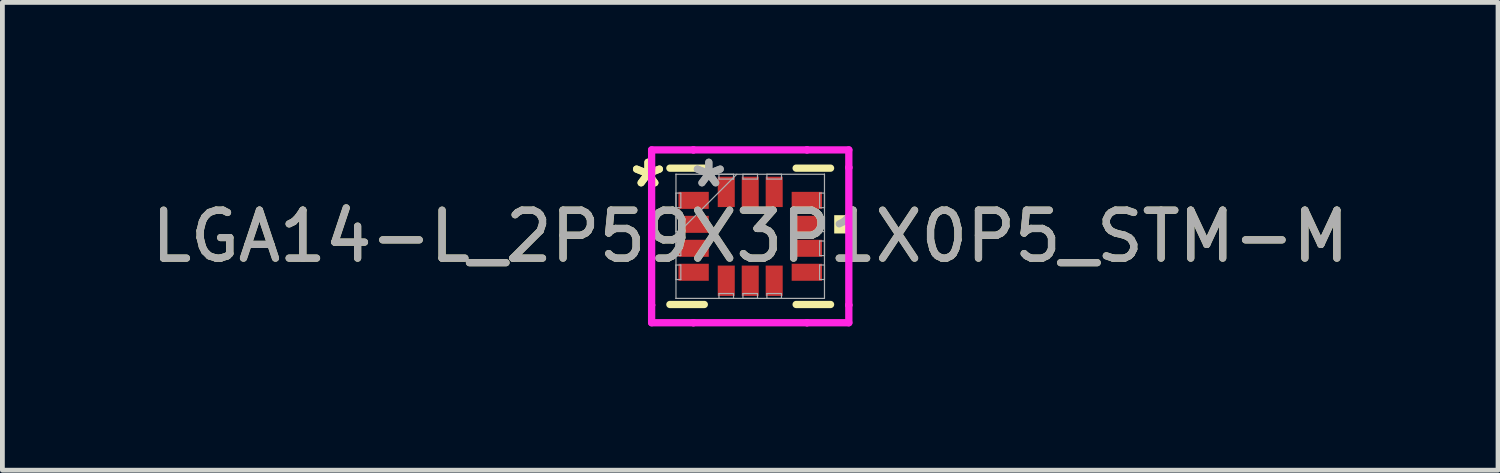
<source format=kicad_pcb>
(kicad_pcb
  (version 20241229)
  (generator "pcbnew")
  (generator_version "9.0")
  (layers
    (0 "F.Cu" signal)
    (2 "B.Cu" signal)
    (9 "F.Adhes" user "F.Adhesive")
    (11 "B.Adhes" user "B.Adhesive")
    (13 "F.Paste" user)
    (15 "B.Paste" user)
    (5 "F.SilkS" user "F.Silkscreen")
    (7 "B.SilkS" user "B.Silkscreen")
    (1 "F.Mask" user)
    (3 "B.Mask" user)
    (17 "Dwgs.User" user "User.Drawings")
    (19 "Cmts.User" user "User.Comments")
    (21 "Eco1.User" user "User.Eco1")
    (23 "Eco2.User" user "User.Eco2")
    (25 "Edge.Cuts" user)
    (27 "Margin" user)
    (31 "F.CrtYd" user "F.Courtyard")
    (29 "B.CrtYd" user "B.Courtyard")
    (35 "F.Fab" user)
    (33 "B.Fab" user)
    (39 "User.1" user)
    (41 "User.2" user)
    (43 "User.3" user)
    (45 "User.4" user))
  (footprint "LGA14-L_2P59X3P1X0P5_STM-M"
    (layer "F.Cu")
    (at 12.601 1.88)
    (property "Reference" "LGA14-L_2P59X3P1X0P5_STM-M" (at 0 0 0) (unlocked yes) (layer "F.SilkS") (effects (font (size 1 1) (thickness 0.15))))
    (attr smd)
    (fp_line (start -1.676 1.422) (end -0.958 1.422) (stroke (width 0.152) (type solid)) (layer "F.SilkS"))
    (fp_line (start -0.958 -1.422) (end -1.676 -1.422) (stroke (width 0.152) (type solid)) (layer "F.SilkS"))
    (fp_line (start 0.958 1.422) (end 1.676 1.422) (stroke (width 0.152) (type solid)) (layer "F.SilkS"))
    (fp_line (start 1.676 -1.422) (end 0.958 -1.422) (stroke (width 0.152) (type solid)) (layer "F.SilkS"))
    (fp_poly (pts (xy 2.006 -0.441) (xy 2.006 -0.059) (xy 1.752 -0.059) (xy 1.752 -0.441)) (stroke (width 0) (type solid)) (fill yes) (layer "F.SilkS"))
    (fp_line (start -2.057 -1.803) (end -1.185 -1.803) (stroke (width 0.152) (type solid)) (layer "F.CrtYd"))
    (fp_line (start -2.057 -1.435) (end -2.057 -1.803) (stroke (width 0.152) (type solid)) (layer "F.CrtYd"))
    (fp_line (start -2.057 -1.435) (end -2.057 -1.435) (stroke (width 0.152) (type solid)) (layer "F.CrtYd"))
    (fp_line (start -2.057 1.435) (end -2.057 -1.435) (stroke (width 0.152) (type solid)) (layer "F.CrtYd"))
    (fp_line (start -2.057 1.435) (end -2.057 1.435) (stroke (width 0.152) (type solid)) (layer "F.CrtYd"))
    (fp_line (start -2.057 1.803) (end -2.057 1.435) (stroke (width 0.152) (type solid)) (layer "F.CrtYd"))
    (fp_line (start -1.185 -1.803) (end -1.185 -1.803) (stroke (width 0.152) (type solid)) (layer "F.CrtYd"))
    (fp_line (start -1.185 -1.803) (end 1.185 -1.803) (stroke (width 0.152) (type solid)) (layer "F.CrtYd"))
    (fp_line (start -1.185 1.803) (end -2.057 1.803) (stroke (width 0.152) (type solid)) (layer "F.CrtYd"))
    (fp_line (start -1.185 1.803) (end -1.185 1.803) (stroke (width 0.152) (type solid)) (layer "F.CrtYd"))
    (fp_line (start 1.185 -1.803) (end 1.185 -1.803) (stroke (width 0.152) (type solid)) (layer "F.CrtYd"))
    (fp_line (start 1.185 -1.803) (end 2.057 -1.803) (stroke (width 0.152) (type solid)) (layer "F.CrtYd"))
    (fp_line (start 1.185 1.803) (end -1.185 1.803) (stroke (width 0.152) (type solid)) (layer "F.CrtYd"))
    (fp_line (start 1.185 1.803) (end 1.185 1.803) (stroke (width 0.152) (type solid)) (layer "F.CrtYd"))
    (fp_line (start 2.057 -1.803) (end 2.057 -1.435) (stroke (width 0.152) (type solid)) (layer "F.CrtYd"))
    (fp_line (start 2.057 -1.435) (end 2.057 -1.435) (stroke (width 0.152) (type solid)) (layer "F.CrtYd"))
    (fp_line (start 2.057 -1.435) (end 2.057 1.435) (stroke (width 0.152) (type solid)) (layer "F.CrtYd"))
    (fp_line (start 2.057 1.435) (end 2.057 1.435) (stroke (width 0.152) (type solid)) (layer "F.CrtYd"))
    (fp_line (start 2.057 1.435) (end 2.057 1.803) (stroke (width 0.152) (type solid)) (layer "F.CrtYd"))
    (fp_line (start 2.057 1.803) (end 1.185 1.803) (stroke (width 0.152) (type solid)) (layer "F.CrtYd"))
    (fp_line (start -1.549 -1.295) (end -1.549 -1.295) (stroke (width 0.025) (type solid)) (layer "F.Fab"))
    (fp_line (start -1.549 -1.295) (end -1.549 1.295) (stroke (width 0.025) (type solid)) (layer "F.Fab"))
    (fp_line (start -1.549 -0.902) (end -1.448 -0.902) (stroke (width 0.025) (type solid)) (layer "F.Fab"))
    (fp_line (start -1.549 -0.598) (end -1.549 -0.902) (stroke (width 0.025) (type solid)) (layer "F.Fab"))
    (fp_line (start -1.549 -0.402) (end -1.448 -0.402) (stroke (width 0.025) (type solid)) (layer "F.Fab"))
    (fp_line (start -1.549 -0.098) (end -1.549 -0.402) (stroke (width 0.025) (type solid)) (layer "F.Fab"))
    (fp_line (start -1.549 -0.025) (end -0.279 -1.295) (stroke (width 0.025) (type solid)) (layer "F.Fab"))
    (fp_line (start -1.549 0.098) (end -1.448 0.098) (stroke (width 0.025) (type solid)) (layer "F.Fab"))
    (fp_line (start -1.549 0.402) (end -1.549 0.098) (stroke (width 0.025) (type solid)) (layer "F.Fab"))
    (fp_line (start -1.549 0.598) (end -1.448 0.598) (stroke (width 0.025) (type solid)) (layer "F.Fab"))
    (fp_line (start -1.549 0.902) (end -1.549 0.598) (stroke (width 0.025) (type solid)) (layer "F.Fab"))
    (fp_line (start -1.549 1.295) (end -1.549 1.295) (stroke (width 0.025) (type solid)) (layer "F.Fab"))
    (fp_line (start -1.549 1.295) (end 1.549 1.295) (stroke (width 0.025) (type solid)) (layer "F.Fab"))
    (fp_line (start -1.448 -0.902) (end -1.448 -0.598) (stroke (width 0.025) (type solid)) (layer "F.Fab"))
    (fp_line (start -1.448 -0.598) (end -1.549 -0.598) (stroke (width 0.025) (type solid)) (layer "F.Fab"))
    (fp_line (start -1.448 -0.402) (end -1.448 -0.098) (stroke (width 0.025) (type solid)) (layer "F.Fab"))
    (fp_line (start -1.448 -0.098) (end -1.549 -0.098) (stroke (width 0.025) (type solid)) (layer "F.Fab"))
    (fp_line (start -1.448 0.098) (end -1.448 0.402) (stroke (width 0.025) (type solid)) (layer "F.Fab"))
    (fp_line (start -1.448 0.402) (end -1.549 0.402) (stroke (width 0.025) (type solid)) (layer "F.Fab"))
    (fp_line (start -1.448 0.598) (end -1.448 0.902) (stroke (width 0.025) (type solid)) (layer "F.Fab"))
    (fp_line (start -1.448 0.902) (end -1.549 0.902) (stroke (width 0.025) (type solid)) (layer "F.Fab"))
    (fp_line (start -0.652 -1.295) (end -0.348 -1.295) (stroke (width 0.025) (type solid)) (layer "F.Fab"))
    (fp_line (start -0.652 -1.194) (end -0.652 -1.295) (stroke (width 0.025) (type solid)) (layer "F.Fab"))
    (fp_line (start -0.652 1.194) (end -0.348 1.194) (stroke (width 0.025) (type solid)) (layer "F.Fab"))
    (fp_line (start -0.652 1.295) (end -0.652 1.194) (stroke (width 0.025) (type solid)) (layer "F.Fab"))
    (fp_line (start -0.348 -1.295) (end -0.348 -1.194) (stroke (width 0.025) (type solid)) (layer "F.Fab"))
    (fp_line (start -0.348 -1.194) (end -0.652 -1.194) (stroke (width 0.025) (type solid)) (layer "F.Fab"))
    (fp_line (start -0.348 1.194) (end -0.348 1.295) (stroke (width 0.025) (type solid)) (layer "F.Fab"))
    (fp_line (start -0.348 1.295) (end -0.652 1.295) (stroke (width 0.025) (type solid)) (layer "F.Fab"))
    (fp_line (start -0.152 -1.295) (end 0.152 -1.295) (stroke (width 0.025) (type solid)) (layer "F.Fab"))
    (fp_line (start -0.152 -1.194) (end -0.152 -1.295) (stroke (width 0.025) (type solid)) (layer "F.Fab"))
    (fp_line (start -0.152 1.194) (end 0.152 1.194) (stroke (width 0.025) (type solid)) (layer "F.Fab"))
    (fp_line (start -0.152 1.295) (end -0.152 1.194) (stroke (width 0.025) (type solid)) (layer "F.Fab"))
    (fp_line (start 0.152 -1.295) (end 0.152 -1.194) (stroke (width 0.025) (type solid)) (layer "F.Fab"))
    (fp_line (start 0.152 -1.194) (end -0.152 -1.194) (stroke (width 0.025) (type solid)) (layer "F.Fab"))
    (fp_line (start 0.152 1.194) (end 0.152 1.295) (stroke (width 0.025) (type solid)) (layer "F.Fab"))
    (fp_line (start 0.152 1.295) (end -0.152 1.295) (stroke (width 0.025) (type solid)) (layer "F.Fab"))
    (fp_line (start 0.348 -1.295) (end 0.652 -1.295) (stroke (width 0.025) (type solid)) (layer "F.Fab"))
    (fp_line (start 0.348 -1.194) (end 0.348 -1.295) (stroke (width 0.025) (type solid)) (layer "F.Fab"))
    (fp_line (start 0.348 1.194) (end 0.652 1.194) (stroke (width 0.025) (type solid)) (layer "F.Fab"))
    (fp_line (start 0.348 1.295) (end 0.348 1.194) (stroke (width 0.025) (type solid)) (layer "F.Fab"))
    (fp_line (start 0.652 -1.295) (end 0.652 -1.194) (stroke (width 0.025) (type solid)) (layer "F.Fab"))
    (fp_line (start 0.652 -1.194) (end 0.348 -1.194) (stroke (width 0.025) (type solid)) (layer "F.Fab"))
    (fp_line (start 0.652 1.194) (end 0.652 1.295) (stroke (width 0.025) (type solid)) (layer "F.Fab"))
    (fp_line (start 0.652 1.295) (end 0.348 1.295) (stroke (width 0.025) (type solid)) (layer "F.Fab"))
    (fp_line (start 1.448 -0.902) (end 1.549 -0.902) (stroke (width 0.025) (type solid)) (layer "F.Fab"))
    (fp_line (start 1.448 -0.598) (end 1.448 -0.902) (stroke (width 0.025) (type solid)) (layer "F.Fab"))
    (fp_line (start 1.448 -0.402) (end 1.549 -0.402) (stroke (width 0.025) (type solid)) (layer "F.Fab"))
    (fp_line (start 1.448 -0.098) (end 1.448 -0.402) (stroke (width 0.025) (type solid)) (layer "F.Fab"))
    (fp_line (start 1.448 0.098) (end 1.549 0.098) (stroke (width 0.025) (type solid)) (layer "F.Fab"))
    (fp_line (start 1.448 0.402) (end 1.448 0.098) (stroke (width 0.025) (type solid)) (layer "F.Fab"))
    (fp_line (start 1.448 0.598) (end 1.549 0.598) (stroke (width 0.025) (type solid)) (layer "F.Fab"))
    (fp_line (start 1.448 0.902) (end 1.448 0.598) (stroke (width 0.025) (type solid)) (layer "F.Fab"))
    (fp_line (start 1.549 -1.295) (end -1.549 -1.295) (stroke (width 0.025) (type solid)) (layer "F.Fab"))
    (fp_line (start 1.549 -1.295) (end 1.549 -1.295) (stroke (width 0.025) (type solid)) (layer "F.Fab"))
    (fp_line (start 1.549 -0.902) (end 1.549 -0.598) (stroke (width 0.025) (type solid)) (layer "F.Fab"))
    (fp_line (start 1.549 -0.598) (end 1.448 -0.598) (stroke (width 0.025) (type solid)) (layer "F.Fab"))
    (fp_line (start 1.549 -0.402) (end 1.549 -0.098) (stroke (width 0.025) (type solid)) (layer "F.Fab"))
    (fp_line (start 1.549 -0.098) (end 1.448 -0.098) (stroke (width 0.025) (type solid)) (layer "F.Fab"))
    (fp_line (start 1.549 0.098) (end 1.549 0.402) (stroke (width 0.025) (type solid)) (layer "F.Fab"))
    (fp_line (start 1.549 0.402) (end 1.448 0.402) (stroke (width 0.025) (type solid)) (layer "F.Fab"))
    (fp_line (start 1.549 0.598) (end 1.549 0.902) (stroke (width 0.025) (type solid)) (layer "F.Fab"))
    (fp_line (start 1.549 0.902) (end 1.448 0.902) (stroke (width 0.025) (type solid)) (layer "F.Fab"))
    (fp_line (start 1.549 1.295) (end 1.549 -1.295) (stroke (width 0.025) (type solid)) (layer "F.Fab"))
    (fp_line (start 1.549 1.295) (end 1.549 1.295) (stroke (width 0.025) (type solid)) (layer "F.Fab"))
    (fp_text user "*" (at -2.133 -1 0) (unlocked yes) (layer "F.SilkS") (effects (font (size 1 1) (thickness 0.15))))
    (fp_text user "*" (at -2.133 -1 0) (layer "F.SilkS") (effects (font (size 1 1) (thickness 0.15))))
    (fp_text user "*" (at -0.864 -1 0) (unlocked yes) (layer "F.Fab") (effects (font (size 1 1) (thickness 0.15))))
    (fp_text user "*" (at -0.864 -1 0) (layer "F.Fab") (effects (font (size 1 1) (thickness 0.15))))
    (fp_text user "${REFERENCE}" (at 0 0 0) (unlocked yes) (layer "F.Fab") (effects (font (size 1 1) (thickness 0.15))))
    (pad "1" smd rect (at -1.181 -0.75 90) (size 0.355 0.633) (layers "F.Cu" "F.Mask" "F.Paste"))
    (pad "2" smd rect (at -1.181 -0.25 90) (size 0.355 0.633) (layers "F.Cu" "F.Mask" "F.Paste"))
    (pad "3" smd rect (at -1.181 0.25 90) (size 0.355 0.633) (layers "F.Cu" "F.Mask" "F.Paste"))
    (pad "4" smd rect (at -1.181 0.75 90) (size 0.355 0.633) (layers "F.Cu" "F.Mask" "F.Paste"))
    (pad "5" smd rect (at -0.5 0.927) (size 0.355 0.633) (layers "F.Cu" "F.Mask" "F.Paste"))
    (pad "6" smd rect (at 0 0.927) (size 0.355 0.633) (layers "F.Cu" "F.Mask" "F.Paste"))
    (pad "7" smd rect (at 0.5 0.927) (size 0.355 0.633) (layers "F.Cu" "F.Mask" "F.Paste"))
    (pad "8" smd rect (at 1.181 0.75 90) (size 0.355 0.633) (layers "F.Cu" "F.Mask" "F.Paste"))
    (pad "9" smd rect (at 1.181 0.25 90) (size 0.355 0.633) (layers "F.Cu" "F.Mask" "F.Paste"))
    (pad "10" smd rect (at 1.181 -0.25 90) (size 0.355 0.633) (layers "F.Cu" "F.Mask" "F.Paste"))
    (pad "11" smd rect (at 1.181 -0.75 90) (size 0.355 0.633) (layers "F.Cu" "F.Mask" "F.Paste"))
    (pad "12" smd rect (at 0.5 -0.927) (size 0.355 0.633) (layers "F.Cu" "F.Mask" "F.Paste"))
    (pad "13" smd rect (at 0 -0.927) (size 0.355 0.633) (layers "F.Cu" "F.Mask" "F.Paste"))
    (pad "14" smd rect (at -0.5 -0.927) (size 0.355 0.633) (layers "F.Cu" "F.Mask" "F.Paste")))
  (gr_rect
    (start -3 -3)
    (end 28.202 6.759)
    (stroke (width 0.1) (type default))
    (fill no)
    (layer "Edge.Cuts")))
</source>
